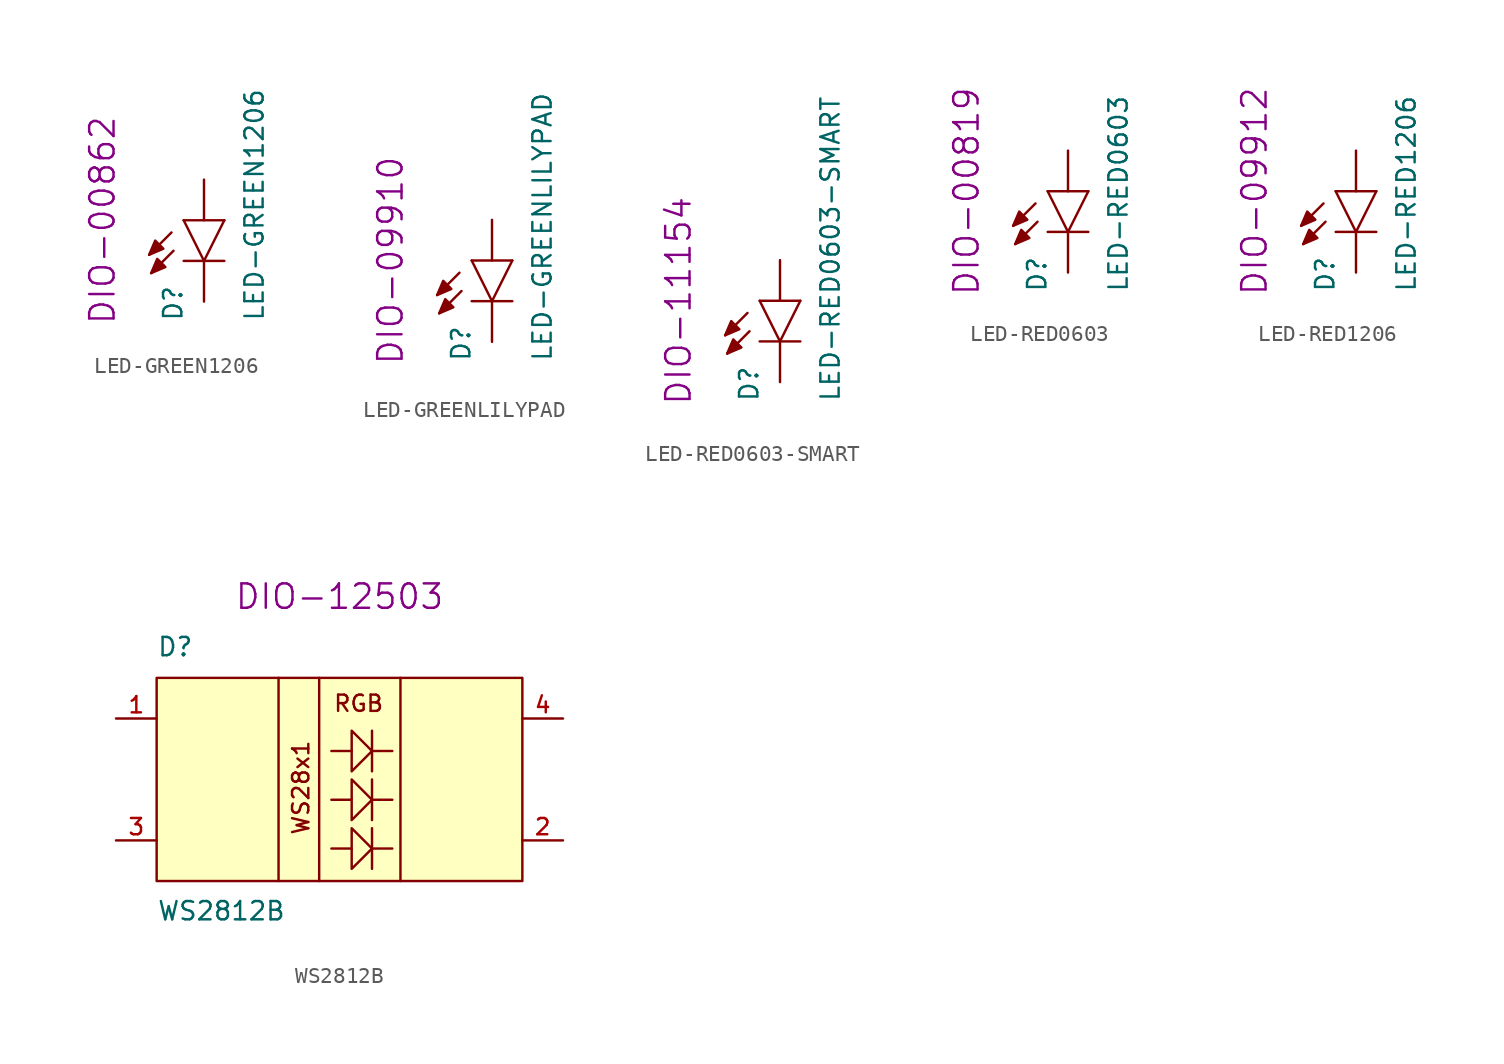
<source format=kicad_sym>
(kicad_symbol_lib
  (version 20211014)
  (generator kicad_symbol_editor)
  (symbol "LED-GREEN1206"
    (pin_numbers hide)
    (pin_names
      (offset 1.016) hide)
    (property "Reference" "D"
      (at -1.27 -6.35 90)
      (effects (font (size 1.143 1.143)) (justify left bottom)))
    (property "Value" "LED-GREEN1206"
      (at 3.81 -6.35 90)
      (effects (font (size 1.143 1.143)) (justify left bottom)))
    (property "Field4" "DIO-00862"
      (at -6.35 0 90)
      (effects (font (size 1.524 1.524))))
    (property "ki_locked" ""
      (at 0 0 0)
      (effects (font (size 1.27 1.27))))
    (symbol "LED-GREEN1206_1_0"
      (polyline (pts (xy -2.032 -0.762) (xy -3.429 -2.159)) (stroke (width 0) (type default) (color 0 0 0 0)) (fill (type none)))
      (polyline (pts (xy -1.905 -1.905) (xy -3.302 -3.302)) (stroke (width 0) (type default) (color 0 0 0 0)) (fill (type none)))
      (polyline (pts (xy 0 -2.54) (xy -1.27 -2.54)) (stroke (width 0) (type default) (color 0 0 0 0)) (fill (type none)))
      (polyline (pts (xy 0 -2.54) (xy -1.27 0)) (stroke (width 0) (type default) (color 0 0 0 0)) (fill (type none)))
      (polyline (pts (xy 1.27 -2.54) (xy 0 -2.54)) (stroke (width 0) (type default) (color 0 0 0 0)) (fill (type none)))
      (polyline (pts (xy 1.27 0) (xy -1.27 0)) (stroke (width 0) (type default) (color 0 0 0 0)) (fill (type none)))
      (polyline (pts (xy 1.27 0) (xy 0 -2.54)) (stroke (width 0) (type default) (color 0 0 0 0)) (fill (type none))))
    (symbol "LED-GREEN1206_1_1"
      (polyline (pts (xy -3.429 -2.159) (xy -3.048 -1.27) (xy -3.048 -1.27) (xy -2.54 -1.778) (xy -2.54 -1.778) (xy -3.429 -2.159)) (stroke (width 0) (type default) (color 0 0 0 0)) (fill (type outline)))
      (polyline (pts (xy -3.302 -3.302) (xy -2.921 -2.413) (xy -2.921 -2.413) (xy -2.413 -2.921) (xy -2.413 -2.921) (xy -3.302 -3.302)) (stroke (width 0) (type default) (color 0 0 0 0)) (fill (type outline)))
      (pin passive line (at 0 2.54 270) (length 2.54) (name "A" (effects (font (size 1.016 1.016)))) (number "A" (effects (font (size 1.016 1.016)))))
      (pin passive line (at 0 -5.08 90) (length 2.54) (name "C" (effects (font (size 1.016 1.016)))) (number "C" (effects (font (size 1.016 1.016)))))))
  (symbol "LED-GREENLILYPAD"
    (pin_numbers hide)
    (pin_names
      (offset 1.016) hide)
    (property "Reference" "D"
      (at -1.27 -6.35 90)
      (effects (font (size 1.143 1.143)) (justify left bottom)))
    (property "Value" "LED-GREENLILYPAD"
      (at 3.81 -6.35 90)
      (effects (font (size 1.143 1.143)) (justify left bottom)))
    (property "Field4" "DIO-09910"
      (at -6.35 0 90)
      (effects (font (size 1.524 1.524))))
    (property "ki_locked" ""
      (at 0 0 0)
      (effects (font (size 1.27 1.27))))
    (symbol "LED-GREENLILYPAD_1_0"
      (polyline (pts (xy -2.032 -0.762) (xy -3.429 -2.159)) (stroke (width 0) (type default) (color 0 0 0 0)) (fill (type none)))
      (polyline (pts (xy -1.905 -1.905) (xy -3.302 -3.302)) (stroke (width 0) (type default) (color 0 0 0 0)) (fill (type none)))
      (polyline (pts (xy 0 -2.54) (xy -1.27 -2.54)) (stroke (width 0) (type default) (color 0 0 0 0)) (fill (type none)))
      (polyline (pts (xy 0 -2.54) (xy -1.27 0)) (stroke (width 0) (type default) (color 0 0 0 0)) (fill (type none)))
      (polyline (pts (xy 1.27 -2.54) (xy 0 -2.54)) (stroke (width 0) (type default) (color 0 0 0 0)) (fill (type none)))
      (polyline (pts (xy 1.27 0) (xy -1.27 0)) (stroke (width 0) (type default) (color 0 0 0 0)) (fill (type none)))
      (polyline (pts (xy 1.27 0) (xy 0 -2.54)) (stroke (width 0) (type default) (color 0 0 0 0)) (fill (type none))))
    (symbol "LED-GREENLILYPAD_1_1"
      (polyline (pts (xy -3.429 -2.159) (xy -3.048 -1.27) (xy -3.048 -1.27) (xy -2.54 -1.778) (xy -2.54 -1.778) (xy -3.429 -2.159)) (stroke (width 0) (type default) (color 0 0 0 0)) (fill (type outline)))
      (polyline (pts (xy -3.302 -3.302) (xy -2.921 -2.413) (xy -2.921 -2.413) (xy -2.413 -2.921) (xy -2.413 -2.921) (xy -3.302 -3.302)) (stroke (width 0) (type default) (color 0 0 0 0)) (fill (type outline)))
      (pin passive line (at 0 2.54 270) (length 2.54) (name "A" (effects (font (size 1.016 1.016)))) (number "A" (effects (font (size 1.016 1.016)))))
      (pin passive line (at 0 -5.08 90) (length 2.54) (name "C" (effects (font (size 1.016 1.016)))) (number "C" (effects (font (size 1.016 1.016)))))))
  (symbol "LED-RED0603-SMART"
    (pin_numbers hide)
    (pin_names
      (offset 1.016) hide)
    (property "Reference" "D"
      (at -1.27 -6.35 90)
      (effects (font (size 1.143 1.143)) (justify left bottom)))
    (property "Value" "LED-RED0603-SMART"
      (at 3.81 -6.35 90)
      (effects (font (size 1.143 1.143)) (justify left bottom)))
    (property "Field4" "DIO-11154"
      (at -6.35 0 90)
      (effects (font (size 1.524 1.524))))
    (property "ki_locked" ""
      (at 0 0 0)
      (effects (font (size 1.27 1.27))))
    (symbol "LED-RED0603-SMART_1_0"
      (polyline (pts (xy -2.032 -0.762) (xy -3.429 -2.159)) (stroke (width 0) (type default) (color 0 0 0 0)) (fill (type none)))
      (polyline (pts (xy -1.905 -1.905) (xy -3.302 -3.302)) (stroke (width 0) (type default) (color 0 0 0 0)) (fill (type none)))
      (polyline (pts (xy 0 -2.54) (xy -1.27 -2.54)) (stroke (width 0) (type default) (color 0 0 0 0)) (fill (type none)))
      (polyline (pts (xy 0 -2.54) (xy -1.27 0)) (stroke (width 0) (type default) (color 0 0 0 0)) (fill (type none)))
      (polyline (pts (xy 1.27 -2.54) (xy 0 -2.54)) (stroke (width 0) (type default) (color 0 0 0 0)) (fill (type none)))
      (polyline (pts (xy 1.27 0) (xy -1.27 0)) (stroke (width 0) (type default) (color 0 0 0 0)) (fill (type none)))
      (polyline (pts (xy 1.27 0) (xy 0 -2.54)) (stroke (width 0) (type default) (color 0 0 0 0)) (fill (type none))))
    (symbol "LED-RED0603-SMART_1_1"
      (polyline (pts (xy -3.429 -2.159) (xy -3.048 -1.27) (xy -3.048 -1.27) (xy -2.54 -1.778) (xy -2.54 -1.778) (xy -3.429 -2.159)) (stroke (width 0) (type default) (color 0 0 0 0)) (fill (type outline)))
      (polyline (pts (xy -3.302 -3.302) (xy -2.921 -2.413) (xy -2.921 -2.413) (xy -2.413 -2.921) (xy -2.413 -2.921) (xy -3.302 -3.302)) (stroke (width 0) (type default) (color 0 0 0 0)) (fill (type outline)))
      (pin passive line (at 0 2.54 270) (length 2.54) (name "A" (effects (font (size 1.016 1.016)))) (number "A" (effects (font (size 1.016 1.016)))))
      (pin passive line (at 0 -5.08 90) (length 2.54) (name "C" (effects (font (size 1.016 1.016)))) (number "C" (effects (font (size 1.016 1.016)))))))
  (symbol "LED-RED0603"
    (pin_numbers hide)
    (pin_names
      (offset 1.016) hide)
    (property "Reference" "D"
      (at -1.27 -6.35 90)
      (effects (font (size 1.143 1.143)) (justify left bottom)))
    (property "Value" "LED-RED0603"
      (at 3.81 -6.35 90)
      (effects (font (size 1.143 1.143)) (justify left bottom)))
    (property "Field4" "DIO-00819"
      (at -6.35 0 90)
      (effects (font (size 1.524 1.524))))
    (property "ki_locked" ""
      (at 0 0 0)
      (effects (font (size 1.27 1.27))))
    (symbol "LED-RED0603_1_0"
      (polyline (pts (xy -2.032 -0.762) (xy -3.429 -2.159)) (stroke (width 0) (type default) (color 0 0 0 0)) (fill (type none)))
      (polyline (pts (xy -1.905 -1.905) (xy -3.302 -3.302)) (stroke (width 0) (type default) (color 0 0 0 0)) (fill (type none)))
      (polyline (pts (xy 0 -2.54) (xy -1.27 -2.54)) (stroke (width 0) (type default) (color 0 0 0 0)) (fill (type none)))
      (polyline (pts (xy 0 -2.54) (xy -1.27 0)) (stroke (width 0) (type default) (color 0 0 0 0)) (fill (type none)))
      (polyline (pts (xy 1.27 -2.54) (xy 0 -2.54)) (stroke (width 0) (type default) (color 0 0 0 0)) (fill (type none)))
      (polyline (pts (xy 1.27 0) (xy -1.27 0)) (stroke (width 0) (type default) (color 0 0 0 0)) (fill (type none)))
      (polyline (pts (xy 1.27 0) (xy 0 -2.54)) (stroke (width 0) (type default) (color 0 0 0 0)) (fill (type none))))
    (symbol "LED-RED0603_1_1"
      (polyline (pts (xy -3.429 -2.159) (xy -3.048 -1.27) (xy -3.048 -1.27) (xy -2.54 -1.778) (xy -2.54 -1.778) (xy -3.429 -2.159)) (stroke (width 0) (type default) (color 0 0 0 0)) (fill (type outline)))
      (polyline (pts (xy -3.302 -3.302) (xy -2.921 -2.413) (xy -2.921 -2.413) (xy -2.413 -2.921) (xy -2.413 -2.921) (xy -3.302 -3.302)) (stroke (width 0) (type default) (color 0 0 0 0)) (fill (type outline)))
      (pin passive line (at 0 2.54 270) (length 2.54) (name "A" (effects (font (size 1.016 1.016)))) (number "A" (effects (font (size 1.016 1.016)))))
      (pin passive line (at 0 -5.08 90) (length 2.54) (name "C" (effects (font (size 1.016 1.016)))) (number "C" (effects (font (size 1.016 1.016)))))))
  (symbol "LED-RED1206"
    (pin_numbers hide)
    (pin_names
      (offset 1.016) hide)
    (property "Reference" "D"
      (at -1.27 -6.35 90)
      (effects (font (size 1.143 1.143)) (justify left bottom)))
    (property "Value" "LED-RED1206"
      (at 3.81 -6.35 90)
      (effects (font (size 1.143 1.143)) (justify left bottom)))
    (property "Field4" "DIO-09912"
      (at -6.35 0 90)
      (effects (font (size 1.524 1.524))))
    (property "ki_locked" ""
      (at 0 0 0)
      (effects (font (size 1.27 1.27))))
    (symbol "LED-RED1206_1_0"
      (polyline (pts (xy -2.032 -0.762) (xy -3.429 -2.159)) (stroke (width 0) (type default) (color 0 0 0 0)) (fill (type none)))
      (polyline (pts (xy -1.905 -1.905) (xy -3.302 -3.302)) (stroke (width 0) (type default) (color 0 0 0 0)) (fill (type none)))
      (polyline (pts (xy 0 -2.54) (xy -1.27 -2.54)) (stroke (width 0) (type default) (color 0 0 0 0)) (fill (type none)))
      (polyline (pts (xy 0 -2.54) (xy -1.27 0)) (stroke (width 0) (type default) (color 0 0 0 0)) (fill (type none)))
      (polyline (pts (xy 1.27 -2.54) (xy 0 -2.54)) (stroke (width 0) (type default) (color 0 0 0 0)) (fill (type none)))
      (polyline (pts (xy 1.27 0) (xy -1.27 0)) (stroke (width 0) (type default) (color 0 0 0 0)) (fill (type none)))
      (polyline (pts (xy 1.27 0) (xy 0 -2.54)) (stroke (width 0) (type default) (color 0 0 0 0)) (fill (type none))))
    (symbol "LED-RED1206_1_1"
      (polyline (pts (xy -3.429 -2.159) (xy -3.048 -1.27) (xy -3.048 -1.27) (xy -2.54 -1.778) (xy -2.54 -1.778) (xy -3.429 -2.159)) (stroke (width 0) (type default) (color 0 0 0 0)) (fill (type outline)))
      (polyline (pts (xy -3.302 -3.302) (xy -2.921 -2.413) (xy -2.921 -2.413) (xy -2.413 -2.921) (xy -2.413 -2.921) (xy -3.302 -3.302)) (stroke (width 0) (type default) (color 0 0 0 0)) (fill (type outline)))
      (pin passive line (at 0 2.54 270) (length 2.54) (name "A" (effects (font (size 1.016 1.016)))) (number "A" (effects (font (size 1.016 1.016)))))
      (pin passive line (at 0 -5.08 90) (length 2.54) (name "C" (effects (font (size 1.016 1.016)))) (number "C" (effects (font (size 1.016 1.016)))))))
  (symbol "WS2812B"
    (pin_names
      (offset 1.016) hide)
    (property "Reference" "D"
      (at -11.43 8.89 0)
      (effects (font (size 1.143 1.143)) (justify left bottom)))
    (property "Value" "WS2812B"
      (at -11.43 -7.62 0)
      (effects (font (size 1.143 1.143)) (justify left bottom)))
    (property "Field4" "DIO-12503"
      (at 0 12.7 0)
      (effects (font (size 1.524 1.524))))
    (property "ki_locked" ""
      (at 0 0 0)
      (effects (font (size 1.27 1.27))))
    (symbol "WS2812B_1_0"
      (polyline (pts (xy -3.81 7.62) (xy -3.81 -5.08)) (stroke (width 0) (type default) (color 0 0 0 0)) (fill (type none)))
      (polyline (pts (xy -1.27 7.62) (xy -1.27 -5.08)) (stroke (width 0) (type default) (color 0 0 0 0)) (fill (type none)))
      (polyline (pts (xy 0.762 -3.048) (xy -0.508 -3.048)) (stroke (width 0) (type default) (color 0 0 0 0)) (fill (type none)))
      (polyline (pts (xy 0.762 0) (xy -0.508 0)) (stroke (width 0) (type default) (color 0 0 0 0)) (fill (type none)))
      (polyline (pts (xy 0.762 3.048) (xy -0.508 3.048)) (stroke (width 0) (type default) (color 0 0 0 0)) (fill (type none)))
      (polyline (pts (xy 2.032 -3.048) (xy 2.032 -4.318)) (stroke (width 0) (type default) (color 0 0 0 0)) (fill (type none)))
      (polyline (pts (xy 2.032 -3.048) (xy 3.302 -3.048)) (stroke (width 0) (type default) (color 0 0 0 0)) (fill (type none)))
      (polyline (pts (xy 2.032 -1.778) (xy 2.032 -3.048)) (stroke (width 0) (type default) (color 0 0 0 0)) (fill (type none)))
      (polyline (pts (xy 2.032 0) (xy 2.032 -1.27)) (stroke (width 0) (type default) (color 0 0 0 0)) (fill (type none)))
      (polyline (pts (xy 2.032 0) (xy 3.302 0)) (stroke (width 0) (type default) (color 0 0 0 0)) (fill (type none)))
      (polyline (pts (xy 2.032 1.27) (xy 2.032 0)) (stroke (width 0) (type default) (color 0 0 0 0)) (fill (type none)))
      (polyline (pts (xy 2.032 3.048) (xy 2.032 1.778)) (stroke (width 0) (type default) (color 0 0 0 0)) (fill (type none)))
      (polyline (pts (xy 2.032 3.048) (xy 3.302 3.048)) (stroke (width 0) (type default) (color 0 0 0 0)) (fill (type none)))
      (polyline (pts (xy 2.032 4.318) (xy 2.032 3.048)) (stroke (width 0) (type default) (color 0 0 0 0)) (fill (type none)))
      (polyline (pts (xy 3.81 7.62) (xy 3.81 -5.08)) (stroke (width 0) (type default) (color 0 0 0 0)) (fill (type none)))
      (text "RGB" (at 1.194 6.02 0) (effects (font (size 1.016 1.016))))
      (text "WS28x1" (at -2.413 0.762 900) (effects (font (size 1.016 1.016)))))
    (symbol "WS2812B_1_1"
      (polyline (pts (xy 0.762 -1.778) (xy 0.762 -3.048) (xy 0.762 -4.318) (xy 2.032 -3.048) (xy 0.762 -1.778)) (stroke (width 0) (type default) (color 0 0 0 0)) (fill (type background)))
      (polyline (pts (xy 0.762 1.27) (xy 0.762 0) (xy 0.762 -1.27) (xy 2.032 0) (xy 0.762 1.27)) (stroke (width 0) (type default) (color 0 0 0 0)) (fill (type background)))
      (polyline (pts (xy 0.762 4.318) (xy 0.762 3.048) (xy 0.762 1.778) (xy 2.032 3.048) (xy 0.762 4.318)) (stroke (width 0) (type default) (color 0 0 0 0)) (fill (type background)))
      (polyline (pts (xy 11.43 7.62) (xy 11.43 -5.08) (xy 3.81 -5.08) (xy -1.27 -5.08) (xy -3.81 -5.08) (xy -11.43 -5.08) (xy -11.43 7.62) (xy -3.81 7.62) (xy -1.27 7.62) (xy 3.81 7.62) (xy 11.43 7.62)) (stroke (width 0) (type default) (color 0 0 0 0)) (fill (type background)))
      (pin bidirectional line (at -13.97 5.08 0) (length 2.54) (name "VDD" (effects (font (size 1.016 1.016)))) (number "1" (effects (font (size 1.016 1.016)))))
      (pin bidirectional line (at 13.97 -2.54 180) (length 2.54) (name "DO" (effects (font (size 1.016 1.016)))) (number "2" (effects (font (size 1.016 1.016)))))
      (pin bidirectional line (at -13.97 -2.54 0) (length 2.54) (name "VSS" (effects (font (size 1.016 1.016)))) (number "3" (effects (font (size 1.016 1.016)))))
      (pin bidirectional line (at 13.97 5.08 180) (length 2.54) (name "DI" (effects (font (size 1.016 1.016)))) (number "4" (effects (font (size 1.016 1.016))))))))
</source>
